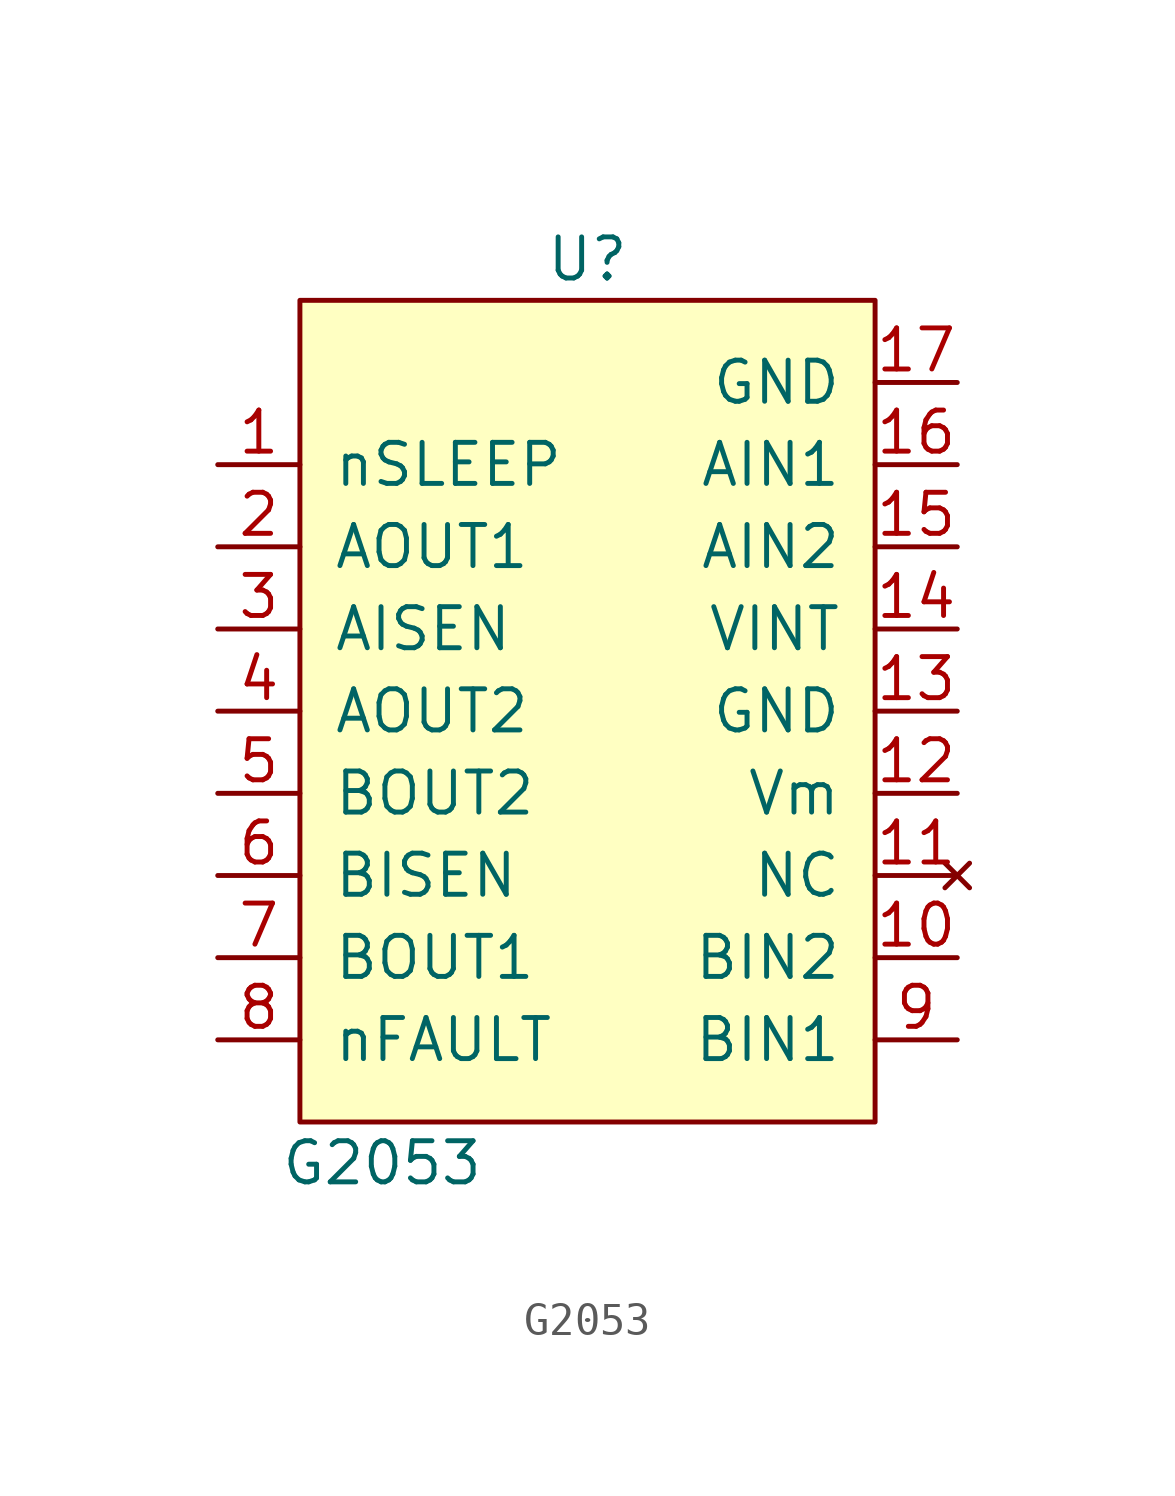
<source format=kicad_sym>
(kicad_symbol_lib
  (version 20211014)
  (generator kicad_symbol_editor)
  (symbol "G2053"
    (pin_names
      (offset 1.016))
    (property "Reference" "U"
      (at 0 15.24 0)
      (effects (font (size 1.27 1.27))))
    (property "Value" "G2053"
      (at -6.35 -12.7 0)
      (effects (font (size 1.27 1.27))))
    (symbol "G2053_0_1"
      (rectangle (start -8.89 13.97) (end 8.89 -11.43) (stroke (width 0) (type default) (color 0 0 0 0)) (fill (type background))))
    (symbol "G2053_1_1"
      (pin input line (at -11.43 8.89 0) (length 2.54) (name "nSLEEP" (effects (font (size 1.27 1.27)))) (number "1" (effects (font (size 1.27 1.27)))))
      (pin input line (at 11.43 -6.35 180) (length 2.54) (name "BIN2" (effects (font (size 1.27 1.27)))) (number "10" (effects (font (size 1.27 1.27)))))
      (pin no_connect line (at 11.43 -3.81 180) (length 2.54) (name "NC" (effects (font (size 1.27 1.27)))) (number "11" (effects (font (size 1.27 1.27)))))
      (pin power_in line (at 11.43 -1.27 180) (length 2.54) (name "Vm" (effects (font (size 1.27 1.27)))) (number "12" (effects (font (size 1.27 1.27)))))
      (pin power_in line (at 11.43 1.27 180) (length 2.54) (name "GND" (effects (font (size 1.27 1.27)))) (number "13" (effects (font (size 1.27 1.27)))))
      (pin power_out line (at 11.43 3.81 180) (length 2.54) (name "VINT" (effects (font (size 1.27 1.27)))) (number "14" (effects (font (size 1.27 1.27)))))
      (pin input line (at 11.43 6.35 180) (length 2.54) (name "AIN2" (effects (font (size 1.27 1.27)))) (number "15" (effects (font (size 1.27 1.27)))))
      (pin input line (at 11.43 8.89 180) (length 2.54) (name "AIN1" (effects (font (size 1.27 1.27)))) (number "16" (effects (font (size 1.27 1.27)))))
      (pin power_in line (at 11.43 11.43 180) (length 2.54) (name "GND" (effects (font (size 1.27 1.27)))) (number "17" (effects (font (size 1.27 1.27)))))
      (pin output line (at -11.43 6.35 0) (length 2.54) (name "AOUT1" (effects (font (size 1.27 1.27)))) (number "2" (effects (font (size 1.27 1.27)))))
      (pin output line (at -11.43 3.81 0) (length 2.54) (name "AISEN" (effects (font (size 1.27 1.27)))) (number "3" (effects (font (size 1.27 1.27)))))
      (pin output line (at -11.43 1.27 0) (length 2.54) (name "AOUT2" (effects (font (size 1.27 1.27)))) (number "4" (effects (font (size 1.27 1.27)))))
      (pin output line (at -11.43 -1.27 0) (length 2.54) (name "BOUT2" (effects (font (size 1.27 1.27)))) (number "5" (effects (font (size 1.27 1.27)))))
      (pin output line (at -11.43 -3.81 0) (length 2.54) (name "BISEN" (effects (font (size 1.27 1.27)))) (number "6" (effects (font (size 1.27 1.27)))))
      (pin output line (at -11.43 -6.35 0) (length 2.54) (name "BOUT1" (effects (font (size 1.27 1.27)))) (number "7" (effects (font (size 1.27 1.27)))))
      (pin open_collector line (at -11.43 -8.89 0) (length 2.54) (name "nFAULT" (effects (font (size 1.27 1.27)))) (number "8" (effects (font (size 1.27 1.27)))))
      (pin input line (at 11.43 -8.89 180) (length 2.54) (name "BIN1" (effects (font (size 1.27 1.27)))) (number "9" (effects (font (size 1.27 1.27))))))))
</source>
